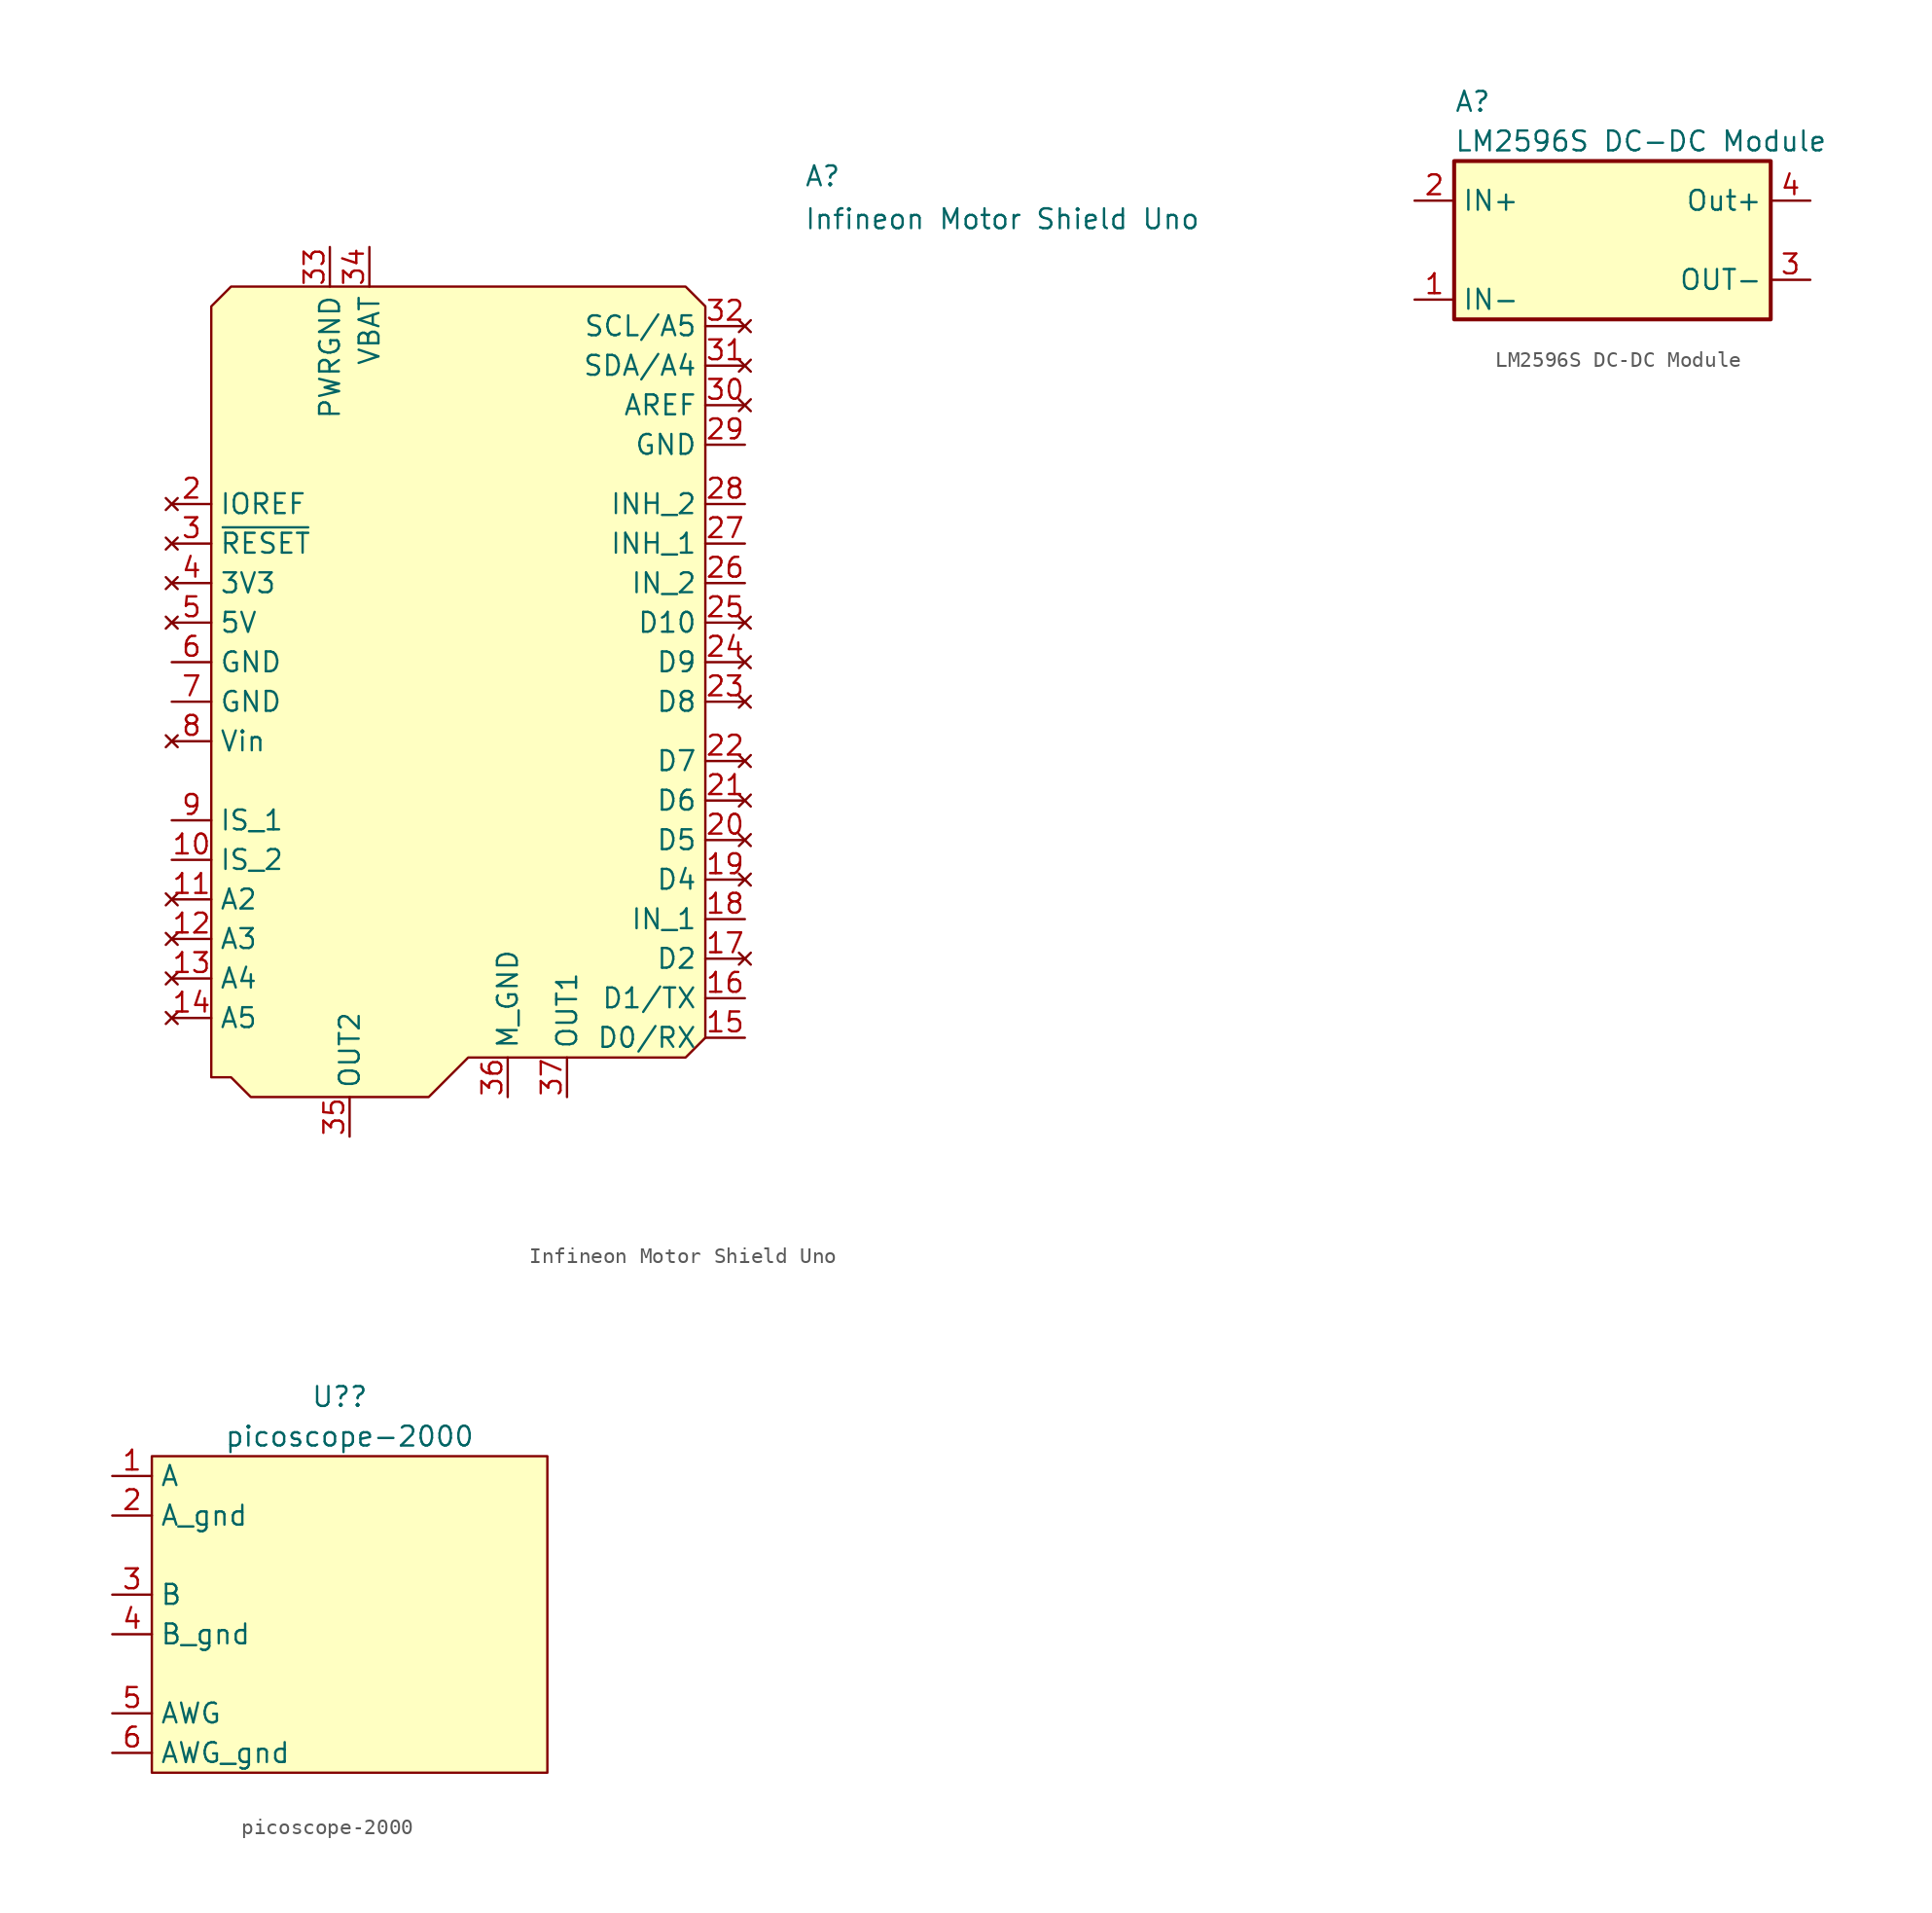
<source format=kicad_sym>
(kicad_symbol_lib
  (version 20231120)
  (generator "kicad_symbol_editor")
  (generator_version "8.0")
  (symbol "Infineon Motor Shield Uno"
    (property "Reference" "A"
      (at 20.32 34.29 0)
      (effects (font (size 1.27 1.27)) (justify left bottom)))
    (property "Value" "Infineon Motor Shield Uno"
      (at 20.32 33.02 0)
      (effects (font (size 1.27 1.27)) (justify left top)))
    (symbol "Infineon Motor Shield Uno_0_1"
      (polyline (pts (xy -17.78 26.67) (xy -17.78 -22.86) (xy -16.51 -22.86) (xy -15.24 -24.13) (xy -3.81 -24.13) (xy -1.27 -21.59) (xy 12.7 -21.59) (xy 13.97 -20.32) (xy 13.97 26.67) (xy 12.7 27.94) (xy -16.51 27.94) (xy -17.78 26.67)) (stroke (width 0) (type default)) (fill (type background))))
    (symbol "Infineon Motor Shield Uno_1_1"
      (pin no_connect line (at -20.32 16.51 0) (length 2.54) hide (name "NC" (effects (font (size 1.27 1.27)))) (number "1" (effects (font (size 1.27 1.27)))))
      (pin input line (at -20.32 -8.89 0) (length 2.54) (name "IS_2" (effects (font (size 1.27 1.27)))) (number "10" (effects (font (size 1.27 1.27)))))
      (pin no_connect line (at -20.32 -11.43 0) (length 2.54) (name "A2" (effects (font (size 1.27 1.27)))) (number "11" (effects (font (size 1.27 1.27)))))
      (pin no_connect line (at -20.32 -13.97 0) (length 2.54) (name "A3" (effects (font (size 1.27 1.27)))) (number "12" (effects (font (size 1.27 1.27)))))
      (pin no_connect line (at -20.32 -16.51 0) (length 2.54) (name "A4" (effects (font (size 1.27 1.27)))) (number "13" (effects (font (size 1.27 1.27)))))
      (pin no_connect line (at -20.32 -19.05 0) (length 2.54) (name "A5" (effects (font (size 1.27 1.27)))) (number "14" (effects (font (size 1.27 1.27)))))
      (pin bidirectional line (at 16.51 -20.32 180) (length 2.54) (name "D0/RX" (effects (font (size 1.27 1.27)))) (number "15" (effects (font (size 1.27 1.27)))))
      (pin bidirectional line (at 16.51 -17.78 180) (length 2.54) (name "D1/TX" (effects (font (size 1.27 1.27)))) (number "16" (effects (font (size 1.27 1.27)))))
      (pin no_connect line (at 16.51 -15.24 180) (length 2.54) (name "D2" (effects (font (size 1.27 1.27)))) (number "17" (effects (font (size 1.27 1.27)))))
      (pin bidirectional line (at 16.51 -12.7 180) (length 2.54) (name "IN_1" (effects (font (size 1.27 1.27)))) (number "18" (effects (font (size 1.27 1.27)))))
      (pin no_connect line (at 16.51 -10.16 180) (length 2.54) (name "D4" (effects (font (size 1.27 1.27)))) (number "19" (effects (font (size 1.27 1.27)))))
      (pin no_connect line (at -20.32 13.97 0) (length 2.54) (name "IOREF" (effects (font (size 1.27 1.27)))) (number "2" (effects (font (size 1.27 1.27)))))
      (pin no_connect line (at 16.51 -7.62 180) (length 2.54) (name "D5" (effects (font (size 1.27 1.27)))) (number "20" (effects (font (size 1.27 1.27)))))
      (pin no_connect line (at 16.51 -5.08 180) (length 2.54) (name "D6" (effects (font (size 1.27 1.27)))) (number "21" (effects (font (size 1.27 1.27)))))
      (pin no_connect line (at 16.51 -2.54 180) (length 2.54) (name "D7" (effects (font (size 1.27 1.27)))) (number "22" (effects (font (size 1.27 1.27)))))
      (pin no_connect line (at 16.51 1.27 180) (length 2.54) (name "D8" (effects (font (size 1.27 1.27)))) (number "23" (effects (font (size 1.27 1.27)))))
      (pin no_connect line (at 16.51 3.81 180) (length 2.54) (name "D9" (effects (font (size 1.27 1.27)))) (number "24" (effects (font (size 1.27 1.27)))))
      (pin no_connect line (at 16.51 6.35 180) (length 2.54) (name "D10" (effects (font (size 1.27 1.27)))) (number "25" (effects (font (size 1.27 1.27)))))
      (pin input line (at 16.51 8.89 180) (length 2.54) (name "IN_2" (effects (font (size 1.27 1.27)))) (number "26" (effects (font (size 1.27 1.27)))))
      (pin input line (at 16.51 11.43 180) (length 2.54) (name "INH_1" (effects (font (size 1.27 1.27)))) (number "27" (effects (font (size 1.27 1.27)))))
      (pin input line (at 16.51 13.97 180) (length 2.54) (name "INH_2" (effects (font (size 1.27 1.27)))) (number "28" (effects (font (size 1.27 1.27)))))
      (pin power_in line (at 16.51 17.78 180) (length 2.54) (name "GND" (effects (font (size 1.27 1.27)))) (number "29" (effects (font (size 1.27 1.27)))))
      (pin no_connect line (at -20.32 11.43 0) (length 2.54) (name "~{RESET}" (effects (font (size 1.27 1.27)))) (number "3" (effects (font (size 1.27 1.27)))))
      (pin no_connect line (at 16.51 20.32 180) (length 2.54) (name "AREF" (effects (font (size 1.27 1.27)))) (number "30" (effects (font (size 1.27 1.27)))))
      (pin no_connect line (at 16.51 22.86 180) (length 2.54) (name "SDA/A4" (effects (font (size 1.27 1.27)))) (number "31" (effects (font (size 1.27 1.27)))))
      (pin no_connect line (at 16.51 25.4 180) (length 2.54) (name "SCL/A5" (effects (font (size 1.27 1.27)))) (number "32" (effects (font (size 1.27 1.27)))))
      (pin power_in line (at -10.16 30.48 270) (length 2.54) (name "PWRGND" (effects (font (size 1.27 1.27)))) (number "33" (effects (font (size 1.27 1.27)))))
      (pin power_in line (at -7.62 30.48 270) (length 2.54) (name "VBAT" (effects (font (size 1.27 1.27)))) (number "34" (effects (font (size 1.27 1.27)))))
      (pin output line (at -8.89 -26.67 90) (length 2.54) (name "OUT2" (effects (font (size 1.27 1.27)))) (number "35" (effects (font (size 1.27 1.27)))))
      (pin power_in line (at 1.27 -24.13 90) (length 2.54) (name "M_GND" (effects (font (size 1.27 1.27)))) (number "36" (effects (font (size 1.27 1.27)))))
      (pin output line (at 5.08 -24.13 90) (length 2.54) (name "OUT1" (effects (font (size 1.27 1.27)))) (number "37" (effects (font (size 1.27 1.27)))))
      (pin no_connect line (at -20.32 8.89 0) (length 2.54) (name "3V3" (effects (font (size 1.27 1.27)))) (number "4" (effects (font (size 1.27 1.27)))))
      (pin no_connect line (at -20.32 6.35 0) (length 2.54) (name "5V" (effects (font (size 1.27 1.27)))) (number "5" (effects (font (size 1.27 1.27)))))
      (pin power_in line (at -20.32 3.81 0) (length 2.54) (name "GND" (effects (font (size 1.27 1.27)))) (number "6" (effects (font (size 1.27 1.27)))))
      (pin power_in line (at -20.32 1.27 0) (length 2.54) (name "GND" (effects (font (size 1.27 1.27)))) (number "7" (effects (font (size 1.27 1.27)))))
      (pin no_connect line (at -20.32 -1.27 0) (length 2.54) (name "Vin" (effects (font (size 1.27 1.27)))) (number "8" (effects (font (size 1.27 1.27)))))
      (pin input line (at -20.32 -6.35 0) (length 2.54) (name "IS_1" (effects (font (size 1.27 1.27)))) (number "9" (effects (font (size 1.27 1.27)))))))
  (symbol "LM2596S DC-DC Module"
    (property "Reference" "A"
      (at -10.16 8.89 0)
      (effects (font (size 1.27 1.27)) (justify left)))
    (property "Value" "LM2596S DC-DC Module"
      (at -10.16 6.35 0)
      (effects (font (size 1.27 1.27)) (justify left)))
    (symbol "LM2596S DC-DC Module_0_1"
      (rectangle (start -10.16 5.08) (end 10.16 -5.08) (stroke (width 0.254) (type default)) (fill (type background))))
    (symbol "LM2596S DC-DC Module_1_1"
      (pin power_in line (at -12.7 -3.81 0) (length 2.54) (name "IN-" (effects (font (size 1.27 1.27)))) (number "1" (effects (font (size 1.27 1.27)))))
      (pin power_in line (at -12.7 2.54 0) (length 2.54) (name "IN+" (effects (font (size 1.27 1.27)))) (number "2" (effects (font (size 1.27 1.27)))))
      (pin power_out line (at 12.7 -2.54 180) (length 2.54) (name "OUT-" (effects (font (size 1.27 1.27)))) (number "3" (effects (font (size 1.27 1.27)))))
      (pin power_out line (at 12.7 2.54 180) (length 2.54) (name "Out+" (effects (font (size 1.27 1.27)))) (number "4" (effects (font (size 1.27 1.27)))))))
  (symbol "picoscope-2000"
    (property "Reference" "U?"
      (at 0.635 13.97 0)
      (effects (font (size 1.27 1.27))))
    (property "Value" "picoscope-2000"
      (at 1.27 11.43 0)
      (effects (font (size 1.27 1.27))))
    (symbol "picoscope-2000_0_0"
      (rectangle (start -11.43 10.16) (end 13.97 -10.16) (stroke (width 0) (type default)) (fill (type background))))
    (symbol "picoscope-2000_1_1"
      (pin bidirectional line (at -13.97 8.89 0) (length 2.54) (name "A" (effects (font (size 1.27 1.27)))) (number "1" (effects (font (size 1.27 1.27)))))
      (pin bidirectional line (at -13.97 6.35 0) (length 2.54) (name "A_gnd" (effects (font (size 1.27 1.27)))) (number "2" (effects (font (size 1.27 1.27)))))
      (pin bidirectional line (at -13.97 1.27 0) (length 2.54) (name "B" (effects (font (size 1.27 1.27)))) (number "3" (effects (font (size 1.27 1.27)))))
      (pin bidirectional line (at -13.97 -1.27 0) (length 2.54) (name "B_gnd" (effects (font (size 1.27 1.27)))) (number "4" (effects (font (size 1.27 1.27)))))
      (pin bidirectional line (at -13.97 -6.35 0) (length 2.54) (name "AWG" (effects (font (size 1.27 1.27)))) (number "5" (effects (font (size 1.27 1.27)))))
      (pin bidirectional line (at -13.97 -8.89 0) (length 2.54) (name "AWG_gnd" (effects (font (size 1.27 1.27)))) (number "6" (effects (font (size 1.27 1.27))))))))
</source>
